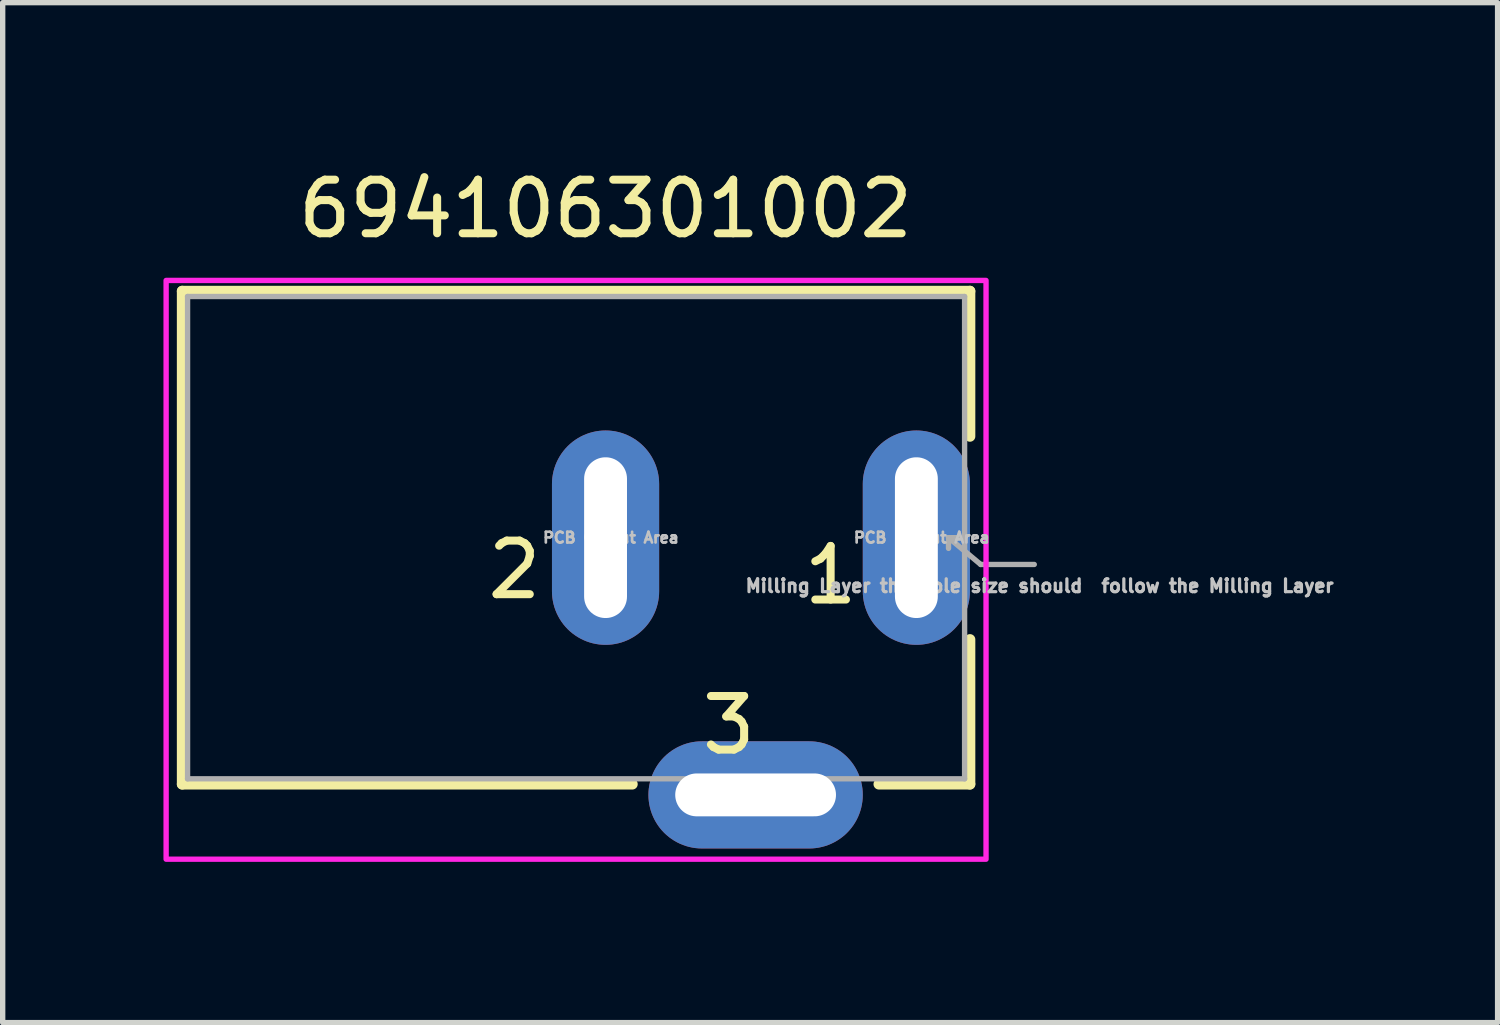
<source format=kicad_pcb>
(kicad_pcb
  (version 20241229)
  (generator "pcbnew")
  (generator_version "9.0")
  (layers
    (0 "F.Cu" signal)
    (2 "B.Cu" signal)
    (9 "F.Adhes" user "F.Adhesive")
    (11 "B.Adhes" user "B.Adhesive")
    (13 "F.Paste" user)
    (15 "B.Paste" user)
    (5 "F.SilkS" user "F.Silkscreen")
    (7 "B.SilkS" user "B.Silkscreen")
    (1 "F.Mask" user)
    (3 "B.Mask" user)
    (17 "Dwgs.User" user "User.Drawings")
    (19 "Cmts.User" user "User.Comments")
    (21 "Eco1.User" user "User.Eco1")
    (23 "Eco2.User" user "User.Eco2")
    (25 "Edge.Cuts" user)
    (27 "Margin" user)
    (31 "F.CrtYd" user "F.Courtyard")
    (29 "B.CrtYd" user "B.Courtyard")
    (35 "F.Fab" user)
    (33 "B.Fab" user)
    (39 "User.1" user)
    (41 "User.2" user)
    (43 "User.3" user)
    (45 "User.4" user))
  (footprint "694106301002"
    (layer "F.Cu")
    (at 8.25 6.983)
    (property "Reference" "694106301002" (at 0 -6.135 0) (layer "F.SilkS") (effects (font (size 1 1) (thickness 0.15))))
    (attr through_hole)
    (fp_line (start -7.9 -4.6) (end -7.9 4.6) (stroke (width 0.2) (type solid)) (layer "F.SilkS"))
    (fp_line (start 0.5 4.6) (end -7.9 4.6) (stroke (width 0.2) (type solid)) (layer "F.SilkS"))
    (fp_line (start 6.8 -4.6) (end -7.9 -4.6) (stroke (width 0.2) (type solid)) (layer "F.SilkS"))
    (fp_line (start 6.8 -4.6) (end 6.8 -1.89) (stroke (width 0.2) (type solid)) (layer "F.SilkS"))
    (fp_line (start 6.8 1.9) (end 6.8 4.6) (stroke (width 0.2) (type solid)) (layer "F.SilkS"))
    (fp_line (start 6.8 4.6) (end 5.1 4.6) (stroke (width 0.2) (type solid)) (layer "F.SilkS"))
    (fp_poly (pts (xy 7.1 6) (xy -8.2 6) (xy -8.2 -4.8) (xy 7.1 -4.8)) (stroke (width 0.1) (type solid)) (fill no) (layer "F.CrtYd"))
    (fp_line (start -7.8 -4.5) (end 6.7 -4.5) (stroke (width 0.1) (type solid)) (layer "F.Fab"))
    (fp_line (start -7.8 4.5) (end -7.8 -4.5) (stroke (width 0.1) (type solid)) (layer "F.Fab"))
    (fp_line (start 6.4 0) (end 6.4 0.2) (stroke (width 0.1) (type solid)) (layer "F.Fab"))
    (fp_line (start 6.4 0) (end 6.6 0) (stroke (width 0.1) (type solid)) (layer "F.Fab"))
    (fp_line (start 6.7 -4.5) (end 6.7 4.5) (stroke (width 0.1) (type solid)) (layer "F.Fab"))
    (fp_line (start 6.7 4.5) (end -7.8 4.5) (stroke (width 0.1) (type solid)) (layer "F.Fab"))
    (fp_line (start 7 0.5) (end 6.4 0) (stroke (width 0.1) (type solid)) (layer "F.Fab"))
    (fp_line (start 8 0.5) (end 7 0.5) (stroke (width 0.1) (type solid)) (layer "F.Fab"))
    (fp_text user "1" (at 4.2 0.7 0) (layer "F.SilkS") (effects (font (size 1 1) (thickness 0.15))))
    (fp_text user "2" (at -1.7 0.6 0) (layer "F.SilkS") (effects (font (size 1 1) (thickness 0.15))))
    (fp_text user "3" (at 2.3 3.5 0) (layer "F.SilkS") (effects (font (size 1 1) (thickness 0.15))))
    (fp_text user "PCB Cutout Area" (at 5.9 0 0) (layer "Dwgs.User") (effects (font (size 0.2 0.2) (thickness 0.15))))
    (fp_text user "Milling Layer the hole size should  follow the Milling Layer" (at 8.1 0.9 0) (layer "Dwgs.User") (effects (font (size 0.24 0.24) (thickness 0.15))))
    (fp_text user "PCB Cutout Area" (at 0.1 0 0) (layer "Dwgs.User") (effects (font (size 0.2 0.2) (thickness 0.15))))
    (fp_text user "PCB Cutout Area" (at 2.9 5 0) (layer "Dwgs.User") (effects (font (size 0.2 0.2) (thickness 0.15))))
    (fp_text user "PCB Cutout Area" (at 2.9 5 0) (layer "Edge.Cuts") (effects (font (size 0.2 0.2) (thickness 0.15))))
    (fp_text user "PCB Cutout Area" (at 0.1 0 0) (layer "Edge.Cuts") (effects (font (size 0.2 0.2) (thickness 0.15))))
    (fp_text user "PCB Cutout Area" (at 5.9 0 0) (layer "Edge.Cuts") (effects (font (size 0.2 0.2) (thickness 0.15))))
    (pad "1" thru_hole oval (at 5.8 0) (size 2 4) (drill oval 0.8 3) (layers "*.Cu" "*.Mask"))
    (pad "2" thru_hole oval (at 0 0) (size 2 4) (drill oval 0.8 3) (layers "*.Cu" "*.Mask"))
    (pad "3" thru_hole oval (at 2.8 4.8) (size 4 2) (drill oval 3 0.8) (layers "*.Cu" "*.Mask")))
  (gr_rect
    (start -3 -3)
    (end 24.896 16.033)
    (stroke (width 0.1) (type default))
    (fill no)
    (layer "Edge.Cuts")))
</source>
